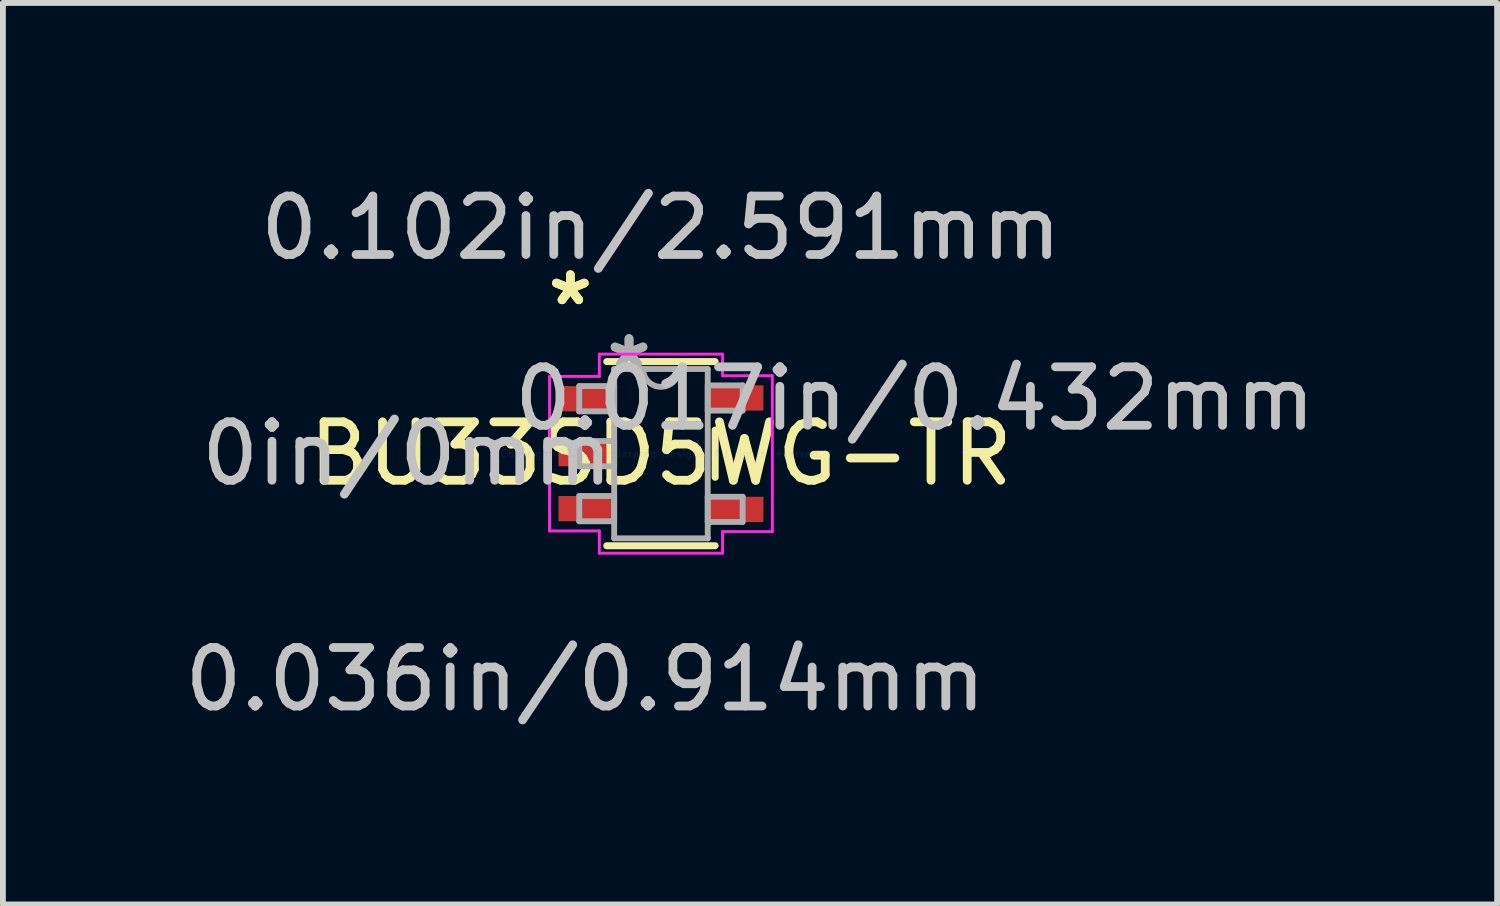
<source format=kicad_pcb>
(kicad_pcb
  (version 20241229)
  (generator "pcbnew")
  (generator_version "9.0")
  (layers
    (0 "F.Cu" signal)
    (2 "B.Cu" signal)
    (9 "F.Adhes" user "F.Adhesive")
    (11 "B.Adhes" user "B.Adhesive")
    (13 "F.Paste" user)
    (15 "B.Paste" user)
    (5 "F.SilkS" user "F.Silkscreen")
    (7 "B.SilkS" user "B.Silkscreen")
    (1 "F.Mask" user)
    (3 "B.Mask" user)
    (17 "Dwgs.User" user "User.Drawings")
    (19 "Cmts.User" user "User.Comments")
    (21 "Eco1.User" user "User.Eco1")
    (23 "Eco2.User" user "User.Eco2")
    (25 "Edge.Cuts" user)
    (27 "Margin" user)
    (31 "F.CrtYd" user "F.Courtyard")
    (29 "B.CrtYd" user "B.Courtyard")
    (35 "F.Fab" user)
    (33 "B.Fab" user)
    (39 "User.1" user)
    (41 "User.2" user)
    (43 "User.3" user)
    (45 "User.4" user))
  (footprint "BU33SD5WG-TR"
    (layer "F.Cu")
    (at 8.254 4.709)
    (property "Reference" "BU33SD5WG-TR" (at 0 0 0) (layer "F.SilkS") (effects (font (size 1 1) (thickness 0.15))))
    (attr through_hole)
    (fp_line (start -0.927 1.575) (end 0.927 1.575) (stroke (width 0.12) (type solid)) (layer "F.SilkS"))
    (fp_line (start 0.927 -1.575) (end -0.927 -1.575) (stroke (width 0.12) (type solid)) (layer "F.SilkS"))
    (fp_line (start 0.927 0.404) (end 0.927 -0.404) (stroke (width 0.12) (type solid)) (layer "F.SilkS"))
    (fp_line (start -1.905 -1.321) (end -1.054 -1.321) (stroke (width 0.05) (type solid)) (layer "F.CrtYd"))
    (fp_line (start -1.905 1.321) (end -1.905 -1.321) (stroke (width 0.05) (type solid)) (layer "F.CrtYd"))
    (fp_line (start -1.054 -1.702) (end 1.054 -1.702) (stroke (width 0.05) (type solid)) (layer "F.CrtYd"))
    (fp_line (start -1.054 -1.321) (end -1.054 -1.702) (stroke (width 0.05) (type solid)) (layer "F.CrtYd"))
    (fp_line (start -1.054 1.321) (end -1.905 1.321) (stroke (width 0.05) (type solid)) (layer "F.CrtYd"))
    (fp_line (start -1.054 1.702) (end -1.054 1.321) (stroke (width 0.05) (type solid)) (layer "F.CrtYd"))
    (fp_line (start 1.054 -1.702) (end 1.054 -1.333) (stroke (width 0.05) (type solid)) (layer "F.CrtYd"))
    (fp_line (start 1.054 -1.333) (end 1.905 -1.333) (stroke (width 0.05) (type solid)) (layer "F.CrtYd"))
    (fp_line (start 1.054 1.333) (end 1.054 1.702) (stroke (width 0.05) (type solid)) (layer "F.CrtYd"))
    (fp_line (start 1.054 1.702) (end -1.054 1.702) (stroke (width 0.05) (type solid)) (layer "F.CrtYd"))
    (fp_line (start 1.905 -1.333) (end 1.905 1.333) (stroke (width 0.05) (type solid)) (layer "F.CrtYd"))
    (fp_line (start 1.905 1.333) (end 1.054 1.333) (stroke (width 0.05) (type solid)) (layer "F.CrtYd"))
    (fp_line (start -1.397 -1.156) (end -1.397 -0.724) (stroke (width 0.1) (type solid)) (layer "F.Fab"))
    (fp_line (start -1.397 -0.724) (end -0.8 -0.724) (stroke (width 0.1) (type solid)) (layer "F.Fab"))
    (fp_line (start -1.397 -0.216) (end -1.397 0.216) (stroke (width 0.1) (type solid)) (layer "F.Fab"))
    (fp_line (start -1.397 0.216) (end -0.8 0.216) (stroke (width 0.1) (type solid)) (layer "F.Fab"))
    (fp_line (start -1.397 0.724) (end -1.397 1.156) (stroke (width 0.1) (type solid)) (layer "F.Fab"))
    (fp_line (start -1.397 1.156) (end -0.8 1.156) (stroke (width 0.1) (type solid)) (layer "F.Fab"))
    (fp_line (start -0.8 -1.448) (end -0.8 1.448) (stroke (width 0.1) (type solid)) (layer "F.Fab"))
    (fp_line (start -0.8 -1.156) (end -1.397 -1.156) (stroke (width 0.1) (type solid)) (layer "F.Fab"))
    (fp_line (start -0.8 -0.724) (end -0.8 -1.156) (stroke (width 0.1) (type solid)) (layer "F.Fab"))
    (fp_line (start -0.8 -0.216) (end -1.397 -0.216) (stroke (width 0.1) (type solid)) (layer "F.Fab"))
    (fp_line (start -0.8 0.216) (end -0.8 -0.216) (stroke (width 0.1) (type solid)) (layer "F.Fab"))
    (fp_line (start -0.8 0.724) (end -1.397 0.724) (stroke (width 0.1) (type solid)) (layer "F.Fab"))
    (fp_line (start -0.8 1.156) (end -0.8 0.724) (stroke (width 0.1) (type solid)) (layer "F.Fab"))
    (fp_line (start -0.8 1.448) (end 0.8 1.448) (stroke (width 0.1) (type solid)) (layer "F.Fab"))
    (fp_line (start 0.8 -1.448) (end -0.8 -1.448) (stroke (width 0.1) (type solid)) (layer "F.Fab"))
    (fp_line (start 0.8 -1.168) (end 0.8 -0.737) (stroke (width 0.1) (type solid)) (layer "F.Fab"))
    (fp_line (start 0.8 -0.737) (end 1.397 -0.737) (stroke (width 0.1) (type solid)) (layer "F.Fab"))
    (fp_line (start 0.8 0.737) (end 0.8 1.168) (stroke (width 0.1) (type solid)) (layer "F.Fab"))
    (fp_line (start 0.8 1.168) (end 1.397 1.168) (stroke (width 0.1) (type solid)) (layer "F.Fab"))
    (fp_line (start 0.8 1.448) (end 0.8 -1.448) (stroke (width 0.1) (type solid)) (layer "F.Fab"))
    (fp_line (start 1.397 -1.168) (end 0.8 -1.168) (stroke (width 0.1) (type solid)) (layer "F.Fab"))
    (fp_line (start 1.397 -0.737) (end 1.397 -1.168) (stroke (width 0.1) (type solid)) (layer "F.Fab"))
    (fp_line (start 1.397 0.737) (end 0.8 0.737) (stroke (width 0.1) (type solid)) (layer "F.Fab"))
    (fp_line (start 1.397 1.168) (end 1.397 0.737) (stroke (width 0.1) (type solid)) (layer "F.Fab"))
    (fp_arc (start 0.3048 -1.4478) (mid 0 -1.143) (end -0.3048 -1.4478) (stroke (width 0.1) (type solid)) (layer "F.Fab"))
    (fp_text user "*" (at -1.549 -2.515 0) (layer "F.SilkS") (effects (font (size 1 1) (thickness 0.15))))
    (fp_text user "*" (at -1.549 -2.515 0) (layer "F.SilkS") (effects (font (size 1 1) (thickness 0.15))))
    (fp_text user "0.036in/0.914mm" (at -1.295 3.861 0) (layer "Dwgs.User") (effects (font (size 1 1) (thickness 0.15))))
    (fp_text user "0.017in/0.432mm" (at 4.343 -0.94 0) (layer "Dwgs.User") (effects (font (size 1 1) (thickness 0.15))))
    (fp_text user "0in/0mm" (at -4.343 0 0) (layer "Dwgs.User") (effects (font (size 1 1) (thickness 0.15))))
    (fp_text user "0.102in/2.591mm" (at 0 -3.861 0) (layer "Dwgs.User") (effects (font (size 1 1) (thickness 0.15))))
    (fp_text user "Copyright 2021 Accelerated Designs. All rights reserved." (at 0 0 0) (layer "Cmts.User") (effects (font (size 0.127 0.127) (thickness 0.002))))
    (fp_text user "*" (at -0.546 -1.422 0) (layer "F.Fab") (effects (font (size 1 1) (thickness 0.15))))
    (fp_text user "*" (at -0.546 -1.422 0) (layer "F.Fab") (effects (font (size 1 1) (thickness 0.15))))
    (pad "1" smd rect (at -1.295 -0.94) (size 0.914 0.432) (layers "F.Cu" "F.Mask" "F.Paste"))
    (pad "2" smd rect (at -1.295 0) (size 0.914 0.432) (layers "F.Cu" "F.Mask" "F.Paste"))
    (pad "3" smd rect (at -1.295 0.94) (size 0.914 0.432) (layers "F.Cu" "F.Mask" "F.Paste"))
    (pad "4" smd rect (at 1.295 0.953) (size 0.914 0.432) (layers "F.Cu" "F.Mask" "F.Paste"))
    (pad "5" smd rect (at 1.295 -0.953) (size 0.914 0.432) (layers "F.Cu" "F.Mask" "F.Paste")))
  (gr_rect
    (start -3 -3)
    (end 22.555 12.418)
    (stroke (width 0.1) (type default))
    (fill no)
    (layer "Edge.Cuts")))
</source>
